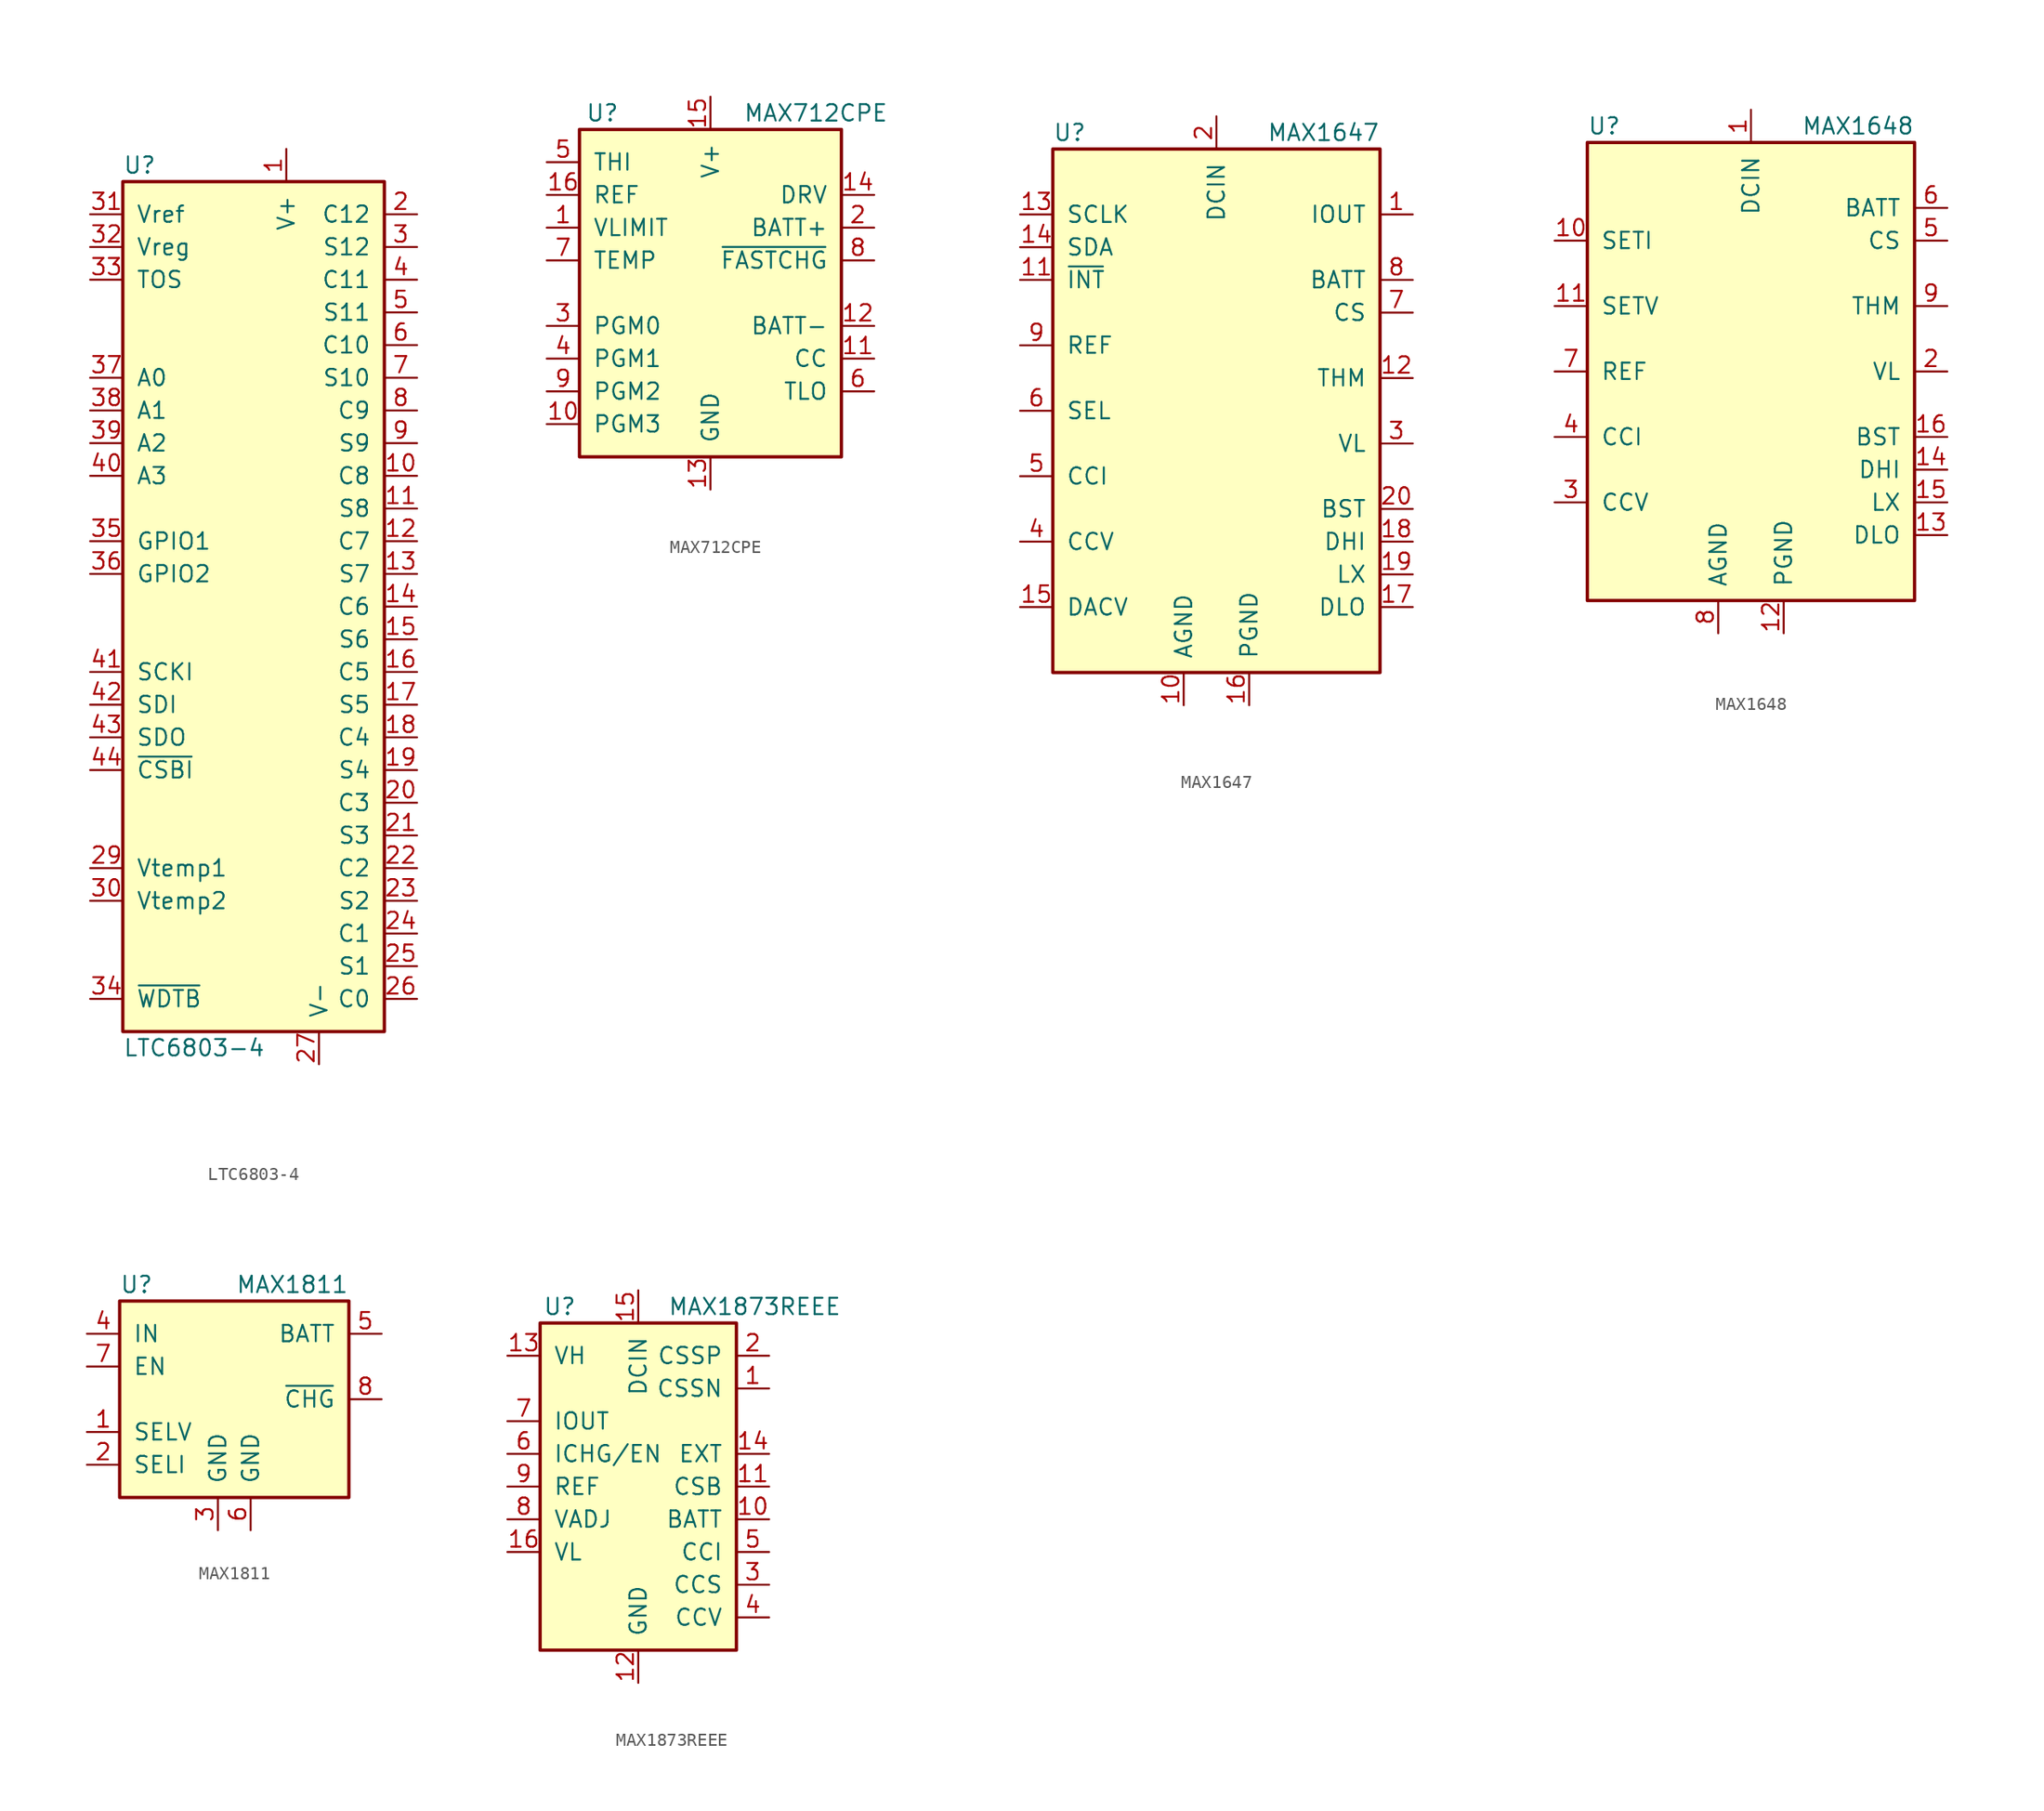
<source format=kicad_sym>
(kicad_symbol_lib
  (version 20201005)
  (generator kicad_symbol_editor)
  (symbol "Battery_Management:LTC6803-4"
    (pin_names
      (offset 1.016))
    (property "Reference" "U"
      (at -10.16 34.29 0)
      (effects (font (size 1.27 1.27)) (justify left)))
    (property "Value" "LTC6803-4"
      (at -10.16 -34.29 0)
      (effects (font (size 1.27 1.27)) (justify left)))
    (symbol "LTC6803-4_0_1"
      (rectangle (start 10.16 -33.02) (end -10.16 33.02) (stroke (width 0.254)) (fill (type background))))
    (symbol "LTC6803-4_1_1"
      (pin input line (at 2.54 35.56 270) (length 2.54) (name "V+" (effects (font (size 1.27 1.27)))) (number "1" (effects (font (size 1.27 1.27)))))
      (pin input line (at 12.7 10.16 180) (length 2.54) (name "C8" (effects (font (size 1.27 1.27)))) (number "10" (effects (font (size 1.27 1.27)))))
      (pin input line (at 12.7 7.62 180) (length 2.54) (name "S8" (effects (font (size 1.27 1.27)))) (number "11" (effects (font (size 1.27 1.27)))))
      (pin input line (at 12.7 5.08 180) (length 2.54) (name "C7" (effects (font (size 1.27 1.27)))) (number "12" (effects (font (size 1.27 1.27)))))
      (pin input line (at 12.7 2.54 180) (length 2.54) (name "S7" (effects (font (size 1.27 1.27)))) (number "13" (effects (font (size 1.27 1.27)))))
      (pin input line (at 12.7 0 180) (length 2.54) (name "C6" (effects (font (size 1.27 1.27)))) (number "14" (effects (font (size 1.27 1.27)))))
      (pin input line (at 12.7 -2.54 180) (length 2.54) (name "S6" (effects (font (size 1.27 1.27)))) (number "15" (effects (font (size 1.27 1.27)))))
      (pin input line (at 12.7 -5.08 180) (length 2.54) (name "C5" (effects (font (size 1.27 1.27)))) (number "16" (effects (font (size 1.27 1.27)))))
      (pin input line (at 12.7 -7.62 180) (length 2.54) (name "S5" (effects (font (size 1.27 1.27)))) (number "17" (effects (font (size 1.27 1.27)))))
      (pin input line (at 12.7 -10.16 180) (length 2.54) (name "C4" (effects (font (size 1.27 1.27)))) (number "18" (effects (font (size 1.27 1.27)))))
      (pin input line (at 12.7 -12.7 180) (length 2.54) (name "S4" (effects (font (size 1.27 1.27)))) (number "19" (effects (font (size 1.27 1.27)))))
      (pin input line (at 12.7 30.48 180) (length 2.54) (name "C12" (effects (font (size 1.27 1.27)))) (number "2" (effects (font (size 1.27 1.27)))))
      (pin input line (at 12.7 -15.24 180) (length 2.54) (name "C3" (effects (font (size 1.27 1.27)))) (number "20" (effects (font (size 1.27 1.27)))))
      (pin input line (at 12.7 -17.78 180) (length 2.54) (name "S3" (effects (font (size 1.27 1.27)))) (number "21" (effects (font (size 1.27 1.27)))))
      (pin input line (at 12.7 -20.32 180) (length 2.54) (name "C2" (effects (font (size 1.27 1.27)))) (number "22" (effects (font (size 1.27 1.27)))))
      (pin input line (at 12.7 -22.86 180) (length 2.54) (name "S2" (effects (font (size 1.27 1.27)))) (number "23" (effects (font (size 1.27 1.27)))))
      (pin input line (at 12.7 -25.4 180) (length 2.54) (name "C1" (effects (font (size 1.27 1.27)))) (number "24" (effects (font (size 1.27 1.27)))))
      (pin input line (at 12.7 -27.94 180) (length 2.54) (name "S1" (effects (font (size 1.27 1.27)))) (number "25" (effects (font (size 1.27 1.27)))))
      (pin input line (at 12.7 -30.48 180) (length 2.54) (name "C0" (effects (font (size 1.27 1.27)))) (number "26" (effects (font (size 1.27 1.27)))))
      (pin input line (at 5.08 -35.56 90) (length 2.54) (name "V-" (effects (font (size 1.27 1.27)))) (number "27" (effects (font (size 1.27 1.27)))))
      (pin no_connect line (at 0 35.56 270) (length 2.54) hide (name "NC" (effects (font (size 1.27 1.27)))) (number "28" (effects (font (size 1.27 1.27)))))
      (pin input line (at -12.7 -20.32 0) (length 2.54) (name "Vtemp1" (effects (font (size 1.27 1.27)))) (number "29" (effects (font (size 1.27 1.27)))))
      (pin input line (at 12.7 27.94 180) (length 2.54) (name "S12" (effects (font (size 1.27 1.27)))) (number "3" (effects (font (size 1.27 1.27)))))
      (pin input line (at -12.7 -22.86 0) (length 2.54) (name "Vtemp2" (effects (font (size 1.27 1.27)))) (number "30" (effects (font (size 1.27 1.27)))))
      (pin input line (at -12.7 30.48 0) (length 2.54) (name "Vref" (effects (font (size 1.27 1.27)))) (number "31" (effects (font (size 1.27 1.27)))))
      (pin input line (at -12.7 27.94 0) (length 2.54) (name "Vreg" (effects (font (size 1.27 1.27)))) (number "32" (effects (font (size 1.27 1.27)))))
      (pin input line (at -12.7 25.4 0) (length 2.54) (name "TOS" (effects (font (size 1.27 1.27)))) (number "33" (effects (font (size 1.27 1.27)))))
      (pin open_collector line (at -12.7 -30.48 0) (length 2.54) (name "~WDTB~" (effects (font (size 1.27 1.27)))) (number "34" (effects (font (size 1.27 1.27)))))
      (pin input line (at -12.7 5.08 0) (length 2.54) (name "GPIO1" (effects (font (size 1.27 1.27)))) (number "35" (effects (font (size 1.27 1.27)))))
      (pin input line (at -12.7 2.54 0) (length 2.54) (name "GPIO2" (effects (font (size 1.27 1.27)))) (number "36" (effects (font (size 1.27 1.27)))))
      (pin input line (at -12.7 17.78 0) (length 2.54) (name "A0" (effects (font (size 1.27 1.27)))) (number "37" (effects (font (size 1.27 1.27)))))
      (pin input line (at -12.7 15.24 0) (length 2.54) (name "A1" (effects (font (size 1.27 1.27)))) (number "38" (effects (font (size 1.27 1.27)))))
      (pin input line (at -12.7 12.7 0) (length 2.54) (name "A2" (effects (font (size 1.27 1.27)))) (number "39" (effects (font (size 1.27 1.27)))))
      (pin input line (at 12.7 25.4 180) (length 2.54) (name "C11" (effects (font (size 1.27 1.27)))) (number "4" (effects (font (size 1.27 1.27)))))
      (pin input line (at -12.7 10.16 0) (length 2.54) (name "A3" (effects (font (size 1.27 1.27)))) (number "40" (effects (font (size 1.27 1.27)))))
      (pin input line (at -12.7 -5.08 0) (length 2.54) (name "SCKI" (effects (font (size 1.27 1.27)))) (number "41" (effects (font (size 1.27 1.27)))))
      (pin input line (at -12.7 -7.62 0) (length 2.54) (name "SDI" (effects (font (size 1.27 1.27)))) (number "42" (effects (font (size 1.27 1.27)))))
      (pin open_collector line (at -12.7 -10.16 0) (length 2.54) (name "SDO" (effects (font (size 1.27 1.27)))) (number "43" (effects (font (size 1.27 1.27)))))
      (pin input line (at -12.7 -12.7 0) (length 2.54) (name "~CSBI~" (effects (font (size 1.27 1.27)))) (number "44" (effects (font (size 1.27 1.27)))))
      (pin input line (at 12.7 22.86 180) (length 2.54) (name "S11" (effects (font (size 1.27 1.27)))) (number "5" (effects (font (size 1.27 1.27)))))
      (pin input line (at 12.7 20.32 180) (length 2.54) (name "C10" (effects (font (size 1.27 1.27)))) (number "6" (effects (font (size 1.27 1.27)))))
      (pin input line (at 12.7 17.78 180) (length 2.54) (name "S10" (effects (font (size 1.27 1.27)))) (number "7" (effects (font (size 1.27 1.27)))))
      (pin input line (at 12.7 15.24 180) (length 2.54) (name "C9" (effects (font (size 1.27 1.27)))) (number "8" (effects (font (size 1.27 1.27)))))
      (pin input line (at 12.7 12.7 180) (length 2.54) (name "S9" (effects (font (size 1.27 1.27)))) (number "9" (effects (font (size 1.27 1.27)))))))
  (symbol "Battery_Management:MAX712CPE"
    (pin_names
      (offset 1.016))
    (property "Reference" "U"
      (at -8.382 13.97 0)
      (effects (font (size 1.27 1.27))))
    (property "Value" "MAX712CPE"
      (at 2.54 13.97 0)
      (effects (font (size 1.27 1.27)) (justify left)))
    (symbol "MAX712CPE_0_1"
      (rectangle (start -10.16 12.7) (end 10.16 -12.7) (stroke (width 0.254)) (fill (type background))))
    (symbol "MAX712CPE_1_1"
      (pin input line (at -12.7 5.08 0) (length 2.54) (name "VLIMIT" (effects (font (size 1.27 1.27)))) (number "1" (effects (font (size 1.27 1.27)))))
      (pin input line (at -12.7 -10.16 0) (length 2.54) (name "PGM3" (effects (font (size 1.27 1.27)))) (number "10" (effects (font (size 1.27 1.27)))))
      (pin input line (at 12.7 -5.08 180) (length 2.54) (name "CC" (effects (font (size 1.27 1.27)))) (number "11" (effects (font (size 1.27 1.27)))))
      (pin input line (at 12.7 -2.54 180) (length 2.54) (name "BATT-" (effects (font (size 1.27 1.27)))) (number "12" (effects (font (size 1.27 1.27)))))
      (pin power_in line (at 0 -15.24 90) (length 2.54) (name "GND" (effects (font (size 1.27 1.27)))) (number "13" (effects (font (size 1.27 1.27)))))
      (pin output line (at 12.7 7.62 180) (length 2.54) (name "DRV" (effects (font (size 1.27 1.27)))) (number "14" (effects (font (size 1.27 1.27)))))
      (pin power_in line (at 0 15.24 270) (length 2.54) (name "V+" (effects (font (size 1.27 1.27)))) (number "15" (effects (font (size 1.27 1.27)))))
      (pin power_in line (at -12.7 7.62 0) (length 2.54) (name "REF" (effects (font (size 1.27 1.27)))) (number "16" (effects (font (size 1.27 1.27)))))
      (pin input line (at 12.7 5.08 180) (length 2.54) (name "BATT+" (effects (font (size 1.27 1.27)))) (number "2" (effects (font (size 1.27 1.27)))))
      (pin input line (at -12.7 -2.54 0) (length 2.54) (name "PGM0" (effects (font (size 1.27 1.27)))) (number "3" (effects (font (size 1.27 1.27)))))
      (pin input line (at -12.7 -5.08 0) (length 2.54) (name "PGM1" (effects (font (size 1.27 1.27)))) (number "4" (effects (font (size 1.27 1.27)))))
      (pin input line (at -12.7 10.16 0) (length 2.54) (name "THI" (effects (font (size 1.27 1.27)))) (number "5" (effects (font (size 1.27 1.27)))))
      (pin input line (at 12.7 -7.62 180) (length 2.54) (name "TLO" (effects (font (size 1.27 1.27)))) (number "6" (effects (font (size 1.27 1.27)))))
      (pin input line (at -12.7 2.54 0) (length 2.54) (name "TEMP" (effects (font (size 1.27 1.27)))) (number "7" (effects (font (size 1.27 1.27)))))
      (pin open_collector line (at 12.7 2.54 180) (length 2.54) (name "~FASTCHG" (effects (font (size 1.27 1.27)))) (number "8" (effects (font (size 1.27 1.27)))))
      (pin input line (at -12.7 -7.62 0) (length 2.54) (name "PGM2" (effects (font (size 1.27 1.27)))) (number "9" (effects (font (size 1.27 1.27)))))))
  (symbol "Battery_Management:MAX1647"
    (pin_names
      (offset 1.016))
    (property "Reference" "U"
      (at -12.7 21.59 0)
      (effects (font (size 1.27 1.27)) (justify left)))
    (property "Value" "MAX1647"
      (at 12.7 21.59 0)
      (effects (font (size 1.27 1.27)) (justify right)))
    (symbol "MAX1647_0_1"
      (rectangle (start -12.7 20.32) (end 12.7 -20.32) (stroke (width 0.254)) (fill (type background))))
    (symbol "MAX1647_1_1"
      (pin output line (at 15.24 15.24 180) (length 2.54) (name "IOUT" (effects (font (size 1.27 1.27)))) (number "1" (effects (font (size 1.27 1.27)))))
      (pin power_in line (at -2.54 -22.86 90) (length 2.54) (name "AGND" (effects (font (size 1.27 1.27)))) (number "10" (effects (font (size 1.27 1.27)))))
      (pin open_collector line (at -15.24 10.16 0) (length 2.54) (name "~INT" (effects (font (size 1.27 1.27)))) (number "11" (effects (font (size 1.27 1.27)))))
      (pin input line (at 15.24 2.54 180) (length 2.54) (name "THM" (effects (font (size 1.27 1.27)))) (number "12" (effects (font (size 1.27 1.27)))))
      (pin input line (at -15.24 15.24 0) (length 2.54) (name "SCLK" (effects (font (size 1.27 1.27)))) (number "13" (effects (font (size 1.27 1.27)))))
      (pin bidirectional line (at -15.24 12.7 0) (length 2.54) (name "SDA" (effects (font (size 1.27 1.27)))) (number "14" (effects (font (size 1.27 1.27)))))
      (pin output line (at -15.24 -15.24 0) (length 2.54) (name "DACV" (effects (font (size 1.27 1.27)))) (number "15" (effects (font (size 1.27 1.27)))))
      (pin power_in line (at 2.54 -22.86 90) (length 2.54) (name "PGND" (effects (font (size 1.27 1.27)))) (number "16" (effects (font (size 1.27 1.27)))))
      (pin output line (at 15.24 -15.24 180) (length 2.54) (name "DLO" (effects (font (size 1.27 1.27)))) (number "17" (effects (font (size 1.27 1.27)))))
      (pin output line (at 15.24 -10.16 180) (length 2.54) (name "DHI" (effects (font (size 1.27 1.27)))) (number "18" (effects (font (size 1.27 1.27)))))
      (pin input line (at 15.24 -12.7 180) (length 2.54) (name "LX" (effects (font (size 1.27 1.27)))) (number "19" (effects (font (size 1.27 1.27)))))
      (pin power_in line (at 0 22.86 270) (length 2.54) (name "DCIN" (effects (font (size 1.27 1.27)))) (number "2" (effects (font (size 1.27 1.27)))))
      (pin power_in line (at 15.24 -7.62 180) (length 2.54) (name "BST" (effects (font (size 1.27 1.27)))) (number "20" (effects (font (size 1.27 1.27)))))
      (pin power_out line (at 15.24 -2.54 180) (length 2.54) (name "VL" (effects (font (size 1.27 1.27)))) (number "3" (effects (font (size 1.27 1.27)))))
      (pin passive line (at -15.24 -10.16 0) (length 2.54) (name "CCV" (effects (font (size 1.27 1.27)))) (number "4" (effects (font (size 1.27 1.27)))))
      (pin passive line (at -15.24 -5.08 0) (length 2.54) (name "CCI" (effects (font (size 1.27 1.27)))) (number "5" (effects (font (size 1.27 1.27)))))
      (pin input line (at -15.24 0 0) (length 2.54) (name "SEL" (effects (font (size 1.27 1.27)))) (number "6" (effects (font (size 1.27 1.27)))))
      (pin input line (at 15.24 7.62 180) (length 2.54) (name "CS" (effects (font (size 1.27 1.27)))) (number "7" (effects (font (size 1.27 1.27)))))
      (pin input line (at 15.24 10.16 180) (length 2.54) (name "BATT" (effects (font (size 1.27 1.27)))) (number "8" (effects (font (size 1.27 1.27)))))
      (pin bidirectional line (at -15.24 5.08 0) (length 2.54) (name "REF" (effects (font (size 1.27 1.27)))) (number "9" (effects (font (size 1.27 1.27)))))))
  (symbol "Battery_Management:MAX1648"
    (pin_names
      (offset 1.016))
    (property "Reference" "U"
      (at -12.7 19.05 0)
      (effects (font (size 1.27 1.27)) (justify left)))
    (property "Value" "MAX1648"
      (at 12.7 19.05 0)
      (effects (font (size 1.27 1.27)) (justify right)))
    (symbol "MAX1648_0_1"
      (rectangle (start -12.7 17.78) (end 12.7 -17.78) (stroke (width 0.254)) (fill (type background))))
    (symbol "MAX1648_1_1"
      (pin power_in line (at 0 20.32 270) (length 2.54) (name "DCIN" (effects (font (size 1.27 1.27)))) (number "1" (effects (font (size 1.27 1.27)))))
      (pin input line (at -15.24 10.16 0) (length 2.54) (name "SETI" (effects (font (size 1.27 1.27)))) (number "10" (effects (font (size 1.27 1.27)))))
      (pin input line (at -15.24 5.08 0) (length 2.54) (name "SETV" (effects (font (size 1.27 1.27)))) (number "11" (effects (font (size 1.27 1.27)))))
      (pin power_in line (at 2.54 -20.32 90) (length 2.54) (name "PGND" (effects (font (size 1.27 1.27)))) (number "12" (effects (font (size 1.27 1.27)))))
      (pin output line (at 15.24 -12.7 180) (length 2.54) (name "DLO" (effects (font (size 1.27 1.27)))) (number "13" (effects (font (size 1.27 1.27)))))
      (pin output line (at 15.24 -7.62 180) (length 2.54) (name "DHI" (effects (font (size 1.27 1.27)))) (number "14" (effects (font (size 1.27 1.27)))))
      (pin input line (at 15.24 -10.16 180) (length 2.54) (name "LX" (effects (font (size 1.27 1.27)))) (number "15" (effects (font (size 1.27 1.27)))))
      (pin power_in line (at 15.24 -5.08 180) (length 2.54) (name "BST" (effects (font (size 1.27 1.27)))) (number "16" (effects (font (size 1.27 1.27)))))
      (pin power_out line (at 15.24 0 180) (length 2.54) (name "VL" (effects (font (size 1.27 1.27)))) (number "2" (effects (font (size 1.27 1.27)))))
      (pin passive line (at -15.24 -10.16 0) (length 2.54) (name "CCV" (effects (font (size 1.27 1.27)))) (number "3" (effects (font (size 1.27 1.27)))))
      (pin passive line (at -15.24 -5.08 0) (length 2.54) (name "CCI" (effects (font (size 1.27 1.27)))) (number "4" (effects (font (size 1.27 1.27)))))
      (pin input line (at 15.24 10.16 180) (length 2.54) (name "CS" (effects (font (size 1.27 1.27)))) (number "5" (effects (font (size 1.27 1.27)))))
      (pin input line (at 15.24 12.7 180) (length 2.54) (name "BATT" (effects (font (size 1.27 1.27)))) (number "6" (effects (font (size 1.27 1.27)))))
      (pin bidirectional line (at -15.24 0 0) (length 2.54) (name "REF" (effects (font (size 1.27 1.27)))) (number "7" (effects (font (size 1.27 1.27)))))
      (pin power_in line (at -2.54 -20.32 90) (length 2.54) (name "AGND" (effects (font (size 1.27 1.27)))) (number "8" (effects (font (size 1.27 1.27)))))
      (pin input line (at 15.24 5.08 180) (length 2.54) (name "THM" (effects (font (size 1.27 1.27)))) (number "9" (effects (font (size 1.27 1.27)))))))
  (symbol "Battery_Management:MAX1811"
    (pin_names
      (offset 1.016))
    (property "Reference" "U"
      (at -7.62 8.89 0)
      (effects (font (size 1.27 1.27)) (justify left)))
    (property "Value" "MAX1811"
      (at 10.16 8.89 0)
      (effects (font (size 1.27 1.27)) (justify right)))
    (symbol "MAX1811_0_1"
      (rectangle (start -7.62 7.62) (end 10.16 -7.62) (stroke (width 0.254)) (fill (type background))))
    (symbol "MAX1811_1_1"
      (pin input line (at -10.16 -2.54 0) (length 2.54) (name "SELV" (effects (font (size 1.27 1.27)))) (number "1" (effects (font (size 1.27 1.27)))))
      (pin input line (at -10.16 -5.08 0) (length 2.54) (name "SELI" (effects (font (size 1.27 1.27)))) (number "2" (effects (font (size 1.27 1.27)))))
      (pin power_in line (at 0 -10.16 90) (length 2.54) (name "GND" (effects (font (size 1.27 1.27)))) (number "3" (effects (font (size 1.27 1.27)))))
      (pin power_in line (at -10.16 5.08 0) (length 2.54) (name "IN" (effects (font (size 1.27 1.27)))) (number "4" (effects (font (size 1.27 1.27)))))
      (pin power_out line (at 12.7 5.08 180) (length 2.54) (name "BATT" (effects (font (size 1.27 1.27)))) (number "5" (effects (font (size 1.27 1.27)))))
      (pin power_in line (at 2.54 -10.16 90) (length 2.54) (name "GND" (effects (font (size 1.27 1.27)))) (number "6" (effects (font (size 1.27 1.27)))))
      (pin input line (at -10.16 2.54 0) (length 2.54) (name "EN" (effects (font (size 1.27 1.27)))) (number "7" (effects (font (size 1.27 1.27)))))
      (pin open_collector line (at 12.7 0 180) (length 2.54) (name "~CHG" (effects (font (size 1.27 1.27)))) (number "8" (effects (font (size 1.27 1.27)))))))
  (symbol "Battery_Management:MAX1873REEE"
    (pin_names
      (offset 1.016))
    (property "Reference" "U"
      (at -6.096 13.97 0)
      (effects (font (size 1.27 1.27))))
    (property "Value" "MAX1873REEE"
      (at 2.286 13.97 0)
      (effects (font (size 1.27 1.27)) (justify left)))
    (symbol "MAX1873REEE_0_1"
      (rectangle (start -7.62 12.7) (end 7.62 -12.7) (stroke (width 0.254)) (fill (type background))))
    (symbol "MAX1873REEE_1_1"
      (pin input line (at 10.16 7.62 180) (length 2.54) (name "CSSN" (effects (font (size 1.27 1.27)))) (number "1" (effects (font (size 1.27 1.27)))))
      (pin input line (at 10.16 -2.54 180) (length 2.54) (name "BATT" (effects (font (size 1.27 1.27)))) (number "10" (effects (font (size 1.27 1.27)))))
      (pin input line (at 10.16 0 180) (length 2.54) (name "CSB" (effects (font (size 1.27 1.27)))) (number "11" (effects (font (size 1.27 1.27)))))
      (pin power_in line (at 0 -15.24 90) (length 2.54) (name "GND" (effects (font (size 1.27 1.27)))) (number "12" (effects (font (size 1.27 1.27)))))
      (pin input line (at -10.16 10.16 0) (length 2.54) (name "VH" (effects (font (size 1.27 1.27)))) (number "13" (effects (font (size 1.27 1.27)))))
      (pin output line (at 10.16 2.54 180) (length 2.54) (name "EXT" (effects (font (size 1.27 1.27)))) (number "14" (effects (font (size 1.27 1.27)))))
      (pin power_in line (at 0 15.24 270) (length 2.54) (name "DCIN" (effects (font (size 1.27 1.27)))) (number "15" (effects (font (size 1.27 1.27)))))
      (pin input line (at -10.16 -5.08 0) (length 2.54) (name "VL" (effects (font (size 1.27 1.27)))) (number "16" (effects (font (size 1.27 1.27)))))
      (pin input line (at 10.16 10.16 180) (length 2.54) (name "CSSP" (effects (font (size 1.27 1.27)))) (number "2" (effects (font (size 1.27 1.27)))))
      (pin input line (at 10.16 -7.62 180) (length 2.54) (name "CCS" (effects (font (size 1.27 1.27)))) (number "3" (effects (font (size 1.27 1.27)))))
      (pin input line (at 10.16 -10.16 180) (length 2.54) (name "CCV" (effects (font (size 1.27 1.27)))) (number "4" (effects (font (size 1.27 1.27)))))
      (pin input line (at 10.16 -5.08 180) (length 2.54) (name "CCI" (effects (font (size 1.27 1.27)))) (number "5" (effects (font (size 1.27 1.27)))))
      (pin input line (at -10.16 2.54 0) (length 2.54) (name "ICHG/EN" (effects (font (size 1.27 1.27)))) (number "6" (effects (font (size 1.27 1.27)))))
      (pin output line (at -10.16 5.08 0) (length 2.54) (name "IOUT" (effects (font (size 1.27 1.27)))) (number "7" (effects (font (size 1.27 1.27)))))
      (pin input line (at -10.16 -2.54 0) (length 2.54) (name "VADJ" (effects (font (size 1.27 1.27)))) (number "8" (effects (font (size 1.27 1.27)))))
      (pin output line (at -10.16 0 0) (length 2.54) (name "REF" (effects (font (size 1.27 1.27)))) (number "9" (effects (font (size 1.27 1.27))))))))
</source>
